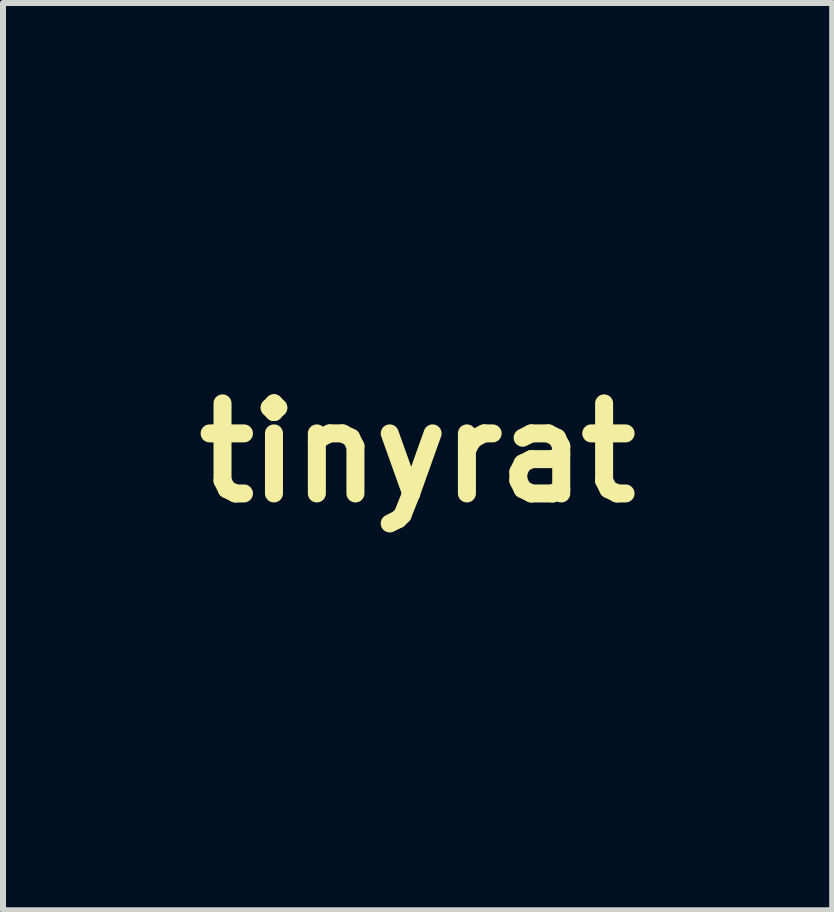
<source format=kicad_pcb>
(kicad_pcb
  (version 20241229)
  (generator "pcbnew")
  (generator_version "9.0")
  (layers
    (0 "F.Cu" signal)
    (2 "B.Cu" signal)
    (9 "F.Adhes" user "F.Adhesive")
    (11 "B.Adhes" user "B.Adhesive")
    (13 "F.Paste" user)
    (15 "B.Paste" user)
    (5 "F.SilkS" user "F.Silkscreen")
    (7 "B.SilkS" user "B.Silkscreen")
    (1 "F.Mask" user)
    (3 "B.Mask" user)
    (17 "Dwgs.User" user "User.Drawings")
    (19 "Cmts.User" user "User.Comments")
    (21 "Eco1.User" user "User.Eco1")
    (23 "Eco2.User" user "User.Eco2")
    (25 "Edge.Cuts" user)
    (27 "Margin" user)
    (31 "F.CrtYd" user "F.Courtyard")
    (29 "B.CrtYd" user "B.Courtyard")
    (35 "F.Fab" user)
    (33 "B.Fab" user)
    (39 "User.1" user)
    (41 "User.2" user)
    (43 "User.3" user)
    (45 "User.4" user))
  (footprint "tinyrat"
    (layer "F.Cu")
    (at 3.907 4.492)
    (property "Reference" "tinyrat" (at 0 0 0) (layer "F.SilkS") (effects (font (size 1.5 1.5) (thickness 0.3))))
    (attr board_only exclude_from_pos_files exclude_from_bom)
    (fp_poly (pts (xy 3.508 -4.423) (xy 3.673 -4.08) (xy 3.463 -3.414) (xy 3.175 -2.841) (xy 2.819 -1.96) (xy 2.66 -1.101) (xy 2.714 -0.425) (xy 2.91 -0.132) (xy 3.178 0.155) (xy 2.988 0.331) (xy 2.442 0.33) (xy 1.944 0.325) (xy 1.623 0.579) (xy 1.326 1.218) (xy 1.319 1.236) (xy 1.054 1.915) (xy 0.872 2.367) (xy 0.846 2.428) (xy 1.009 2.594) (xy 1.506 2.734) (xy 1.594 2.787) (xy 1.226 2.828) (xy 0.476 2.85) (xy -0.132 2.852) (xy -1.437 2.849) (xy -2.303 2.864) (xy -2.82 2.914) (xy -3.077 3.017) (xy -3.166 3.192) (xy -3.175 3.457) (xy -3.175 3.466) (xy -3.126 3.795) (xy -2.889 3.929) (xy -2.328 3.912) (xy -1.918 3.864) (xy -0.252 3.661) (xy 0.964 3.536) (xy 1.804 3.487) (xy 2.34 3.514) (xy 2.647 3.616) (xy 2.797 3.794) (xy 2.81 3.824) (xy 2.822 4.34) (xy 2.706 4.544) (xy 2.496 4.622) (xy 2.472 4.328) (xy 2.282 3.943) (xy 1.7 3.757) (xy 0.826 3.776) (xy -0.238 4.01) (xy -0.464 4.083) (xy -1.788 4.421) (xy -2.782 4.436) (xy -3.415 4.138) (xy -3.654 3.538) (xy -3.594 3.038) (xy -3.23 2.445) (xy -2.672 2.214) (xy -2.177 2.074) (xy -2.038 1.813) (xy -2.168 1.249) (xy -2.187 1.187) (xy -2.318 0.468) (xy -2.153 -0.175) (xy -1.941 -0.573) (xy -1.342 -1.282) (xy -0.445 -2) (xy 0.547 -2.574) (xy 0.921 -2.728) (xy 1.098 -3.027) (xy 1.125 -3.494) (xy 1.178 -3.992) (xy 1.542 -4.247) (xy 1.891 -4.334) (xy 2.928 -4.492)) (stroke (width 0) (type solid)) (fill yes) (layer "F.Mask")))
  (gr_rect
    (start -3 -3)
    (end 10.814 12.114)
    (stroke (width 0.1) (type default))
    (fill no)
    (layer "Edge.Cuts")))
</source>
